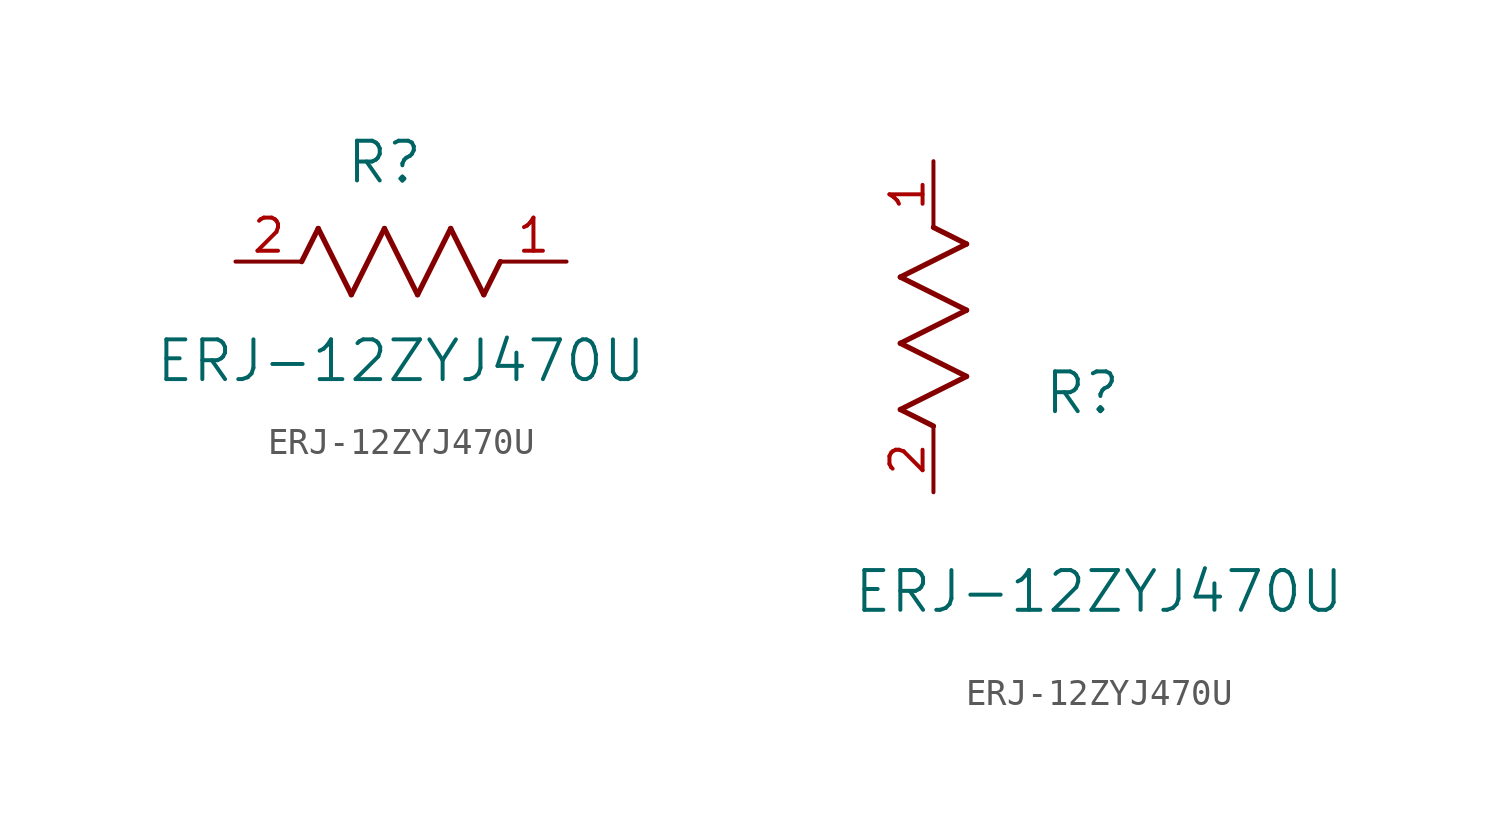
<source format=kicad_sym>
(kicad_symbol_lib
  (version 20211014)
  (generator kicad_symbol_editor)
  (symbol "ERJ-12ZYJ470U"
    (pin_names
      (offset 0.254))
    (property "Reference" "R"
      (at 5.715 3.81 0)
      (effects (font (size 1.524 1.524))))
    (property "Value" "ERJ-12ZYJ470U"
      (at 6.35 -3.81 0)
      (effects (font (size 1.524 1.524))))
    (symbol "ERJ-12ZYJ470U_1_1"
      (polyline (pts (xy 3.175 1.27) (xy 4.445 -1.27)) (stroke (width 0.203) (type default) (color 0 0 0 0)) (fill (type none)))
      (polyline (pts (xy 4.445 -1.27) (xy 5.715 1.27)) (stroke (width 0.203) (type default) (color 0 0 0 0)) (fill (type none)))
      (polyline (pts (xy 5.715 1.27) (xy 6.985 -1.27)) (stroke (width 0.203) (type default) (color 0 0 0 0)) (fill (type none)))
      (polyline (pts (xy 6.985 -1.27) (xy 8.255 1.27)) (stroke (width 0.203) (type default) (color 0 0 0 0)) (fill (type none)))
      (polyline (pts (xy 8.255 1.27) (xy 9.525 -1.27)) (stroke (width 0.203) (type default) (color 0 0 0 0)) (fill (type none)))
      (polyline (pts (xy 2.54 0) (xy 3.175 1.27)) (stroke (width 0.203) (type default) (color 0 0 0 0)) (fill (type none)))
      (polyline (pts (xy 9.525 -1.27) (xy 10.16 0)) (stroke (width 0.203) (type default) (color 0 0 0 0)) (fill (type none)))
      (pin unspecified line (at 12.7 0 180) (length 2.54) (name "" (effects (font (size 1.27 1.27)))) (number "1" (effects (font (size 1.27 1.27)))))
      (pin unspecified line (at 0 0 0) (length 2.54) (name "" (effects (font (size 1.27 1.27)))) (number "2" (effects (font (size 1.27 1.27))))))
    (symbol "ERJ-12ZYJ470U_1_2"
      (polyline (pts (xy 0 2.54) (xy -1.27 3.175)) (stroke (width 0.203) (type default) (color 0 0 0 0)) (fill (type none)))
      (polyline (pts (xy -1.27 3.175) (xy 1.27 4.445)) (stroke (width 0.203) (type default) (color 0 0 0 0)) (fill (type none)))
      (polyline (pts (xy 1.27 4.445) (xy -1.27 5.715)) (stroke (width 0.203) (type default) (color 0 0 0 0)) (fill (type none)))
      (polyline (pts (xy -1.27 5.715) (xy 1.27 6.985)) (stroke (width 0.203) (type default) (color 0 0 0 0)) (fill (type none)))
      (polyline (pts (xy -1.27 8.255) (xy 1.27 9.525)) (stroke (width 0.203) (type default) (color 0 0 0 0)) (fill (type none)))
      (polyline (pts (xy 1.27 9.525) (xy 0 10.16)) (stroke (width 0.203) (type default) (color 0 0 0 0)) (fill (type none)))
      (polyline (pts (xy 1.27 6.985) (xy -1.27 8.255)) (stroke (width 0.203) (type default) (color 0 0 0 0)) (fill (type none)))
      (pin unspecified line (at 0 12.7 270) (length 2.54) (name "" (effects (font (size 1.27 1.27)))) (number "1" (effects (font (size 1.27 1.27)))))
      (pin unspecified line (at 0 0 90) (length 2.54) (name "" (effects (font (size 1.27 1.27)))) (number "2" (effects (font (size 1.27 1.27))))))))
</source>
